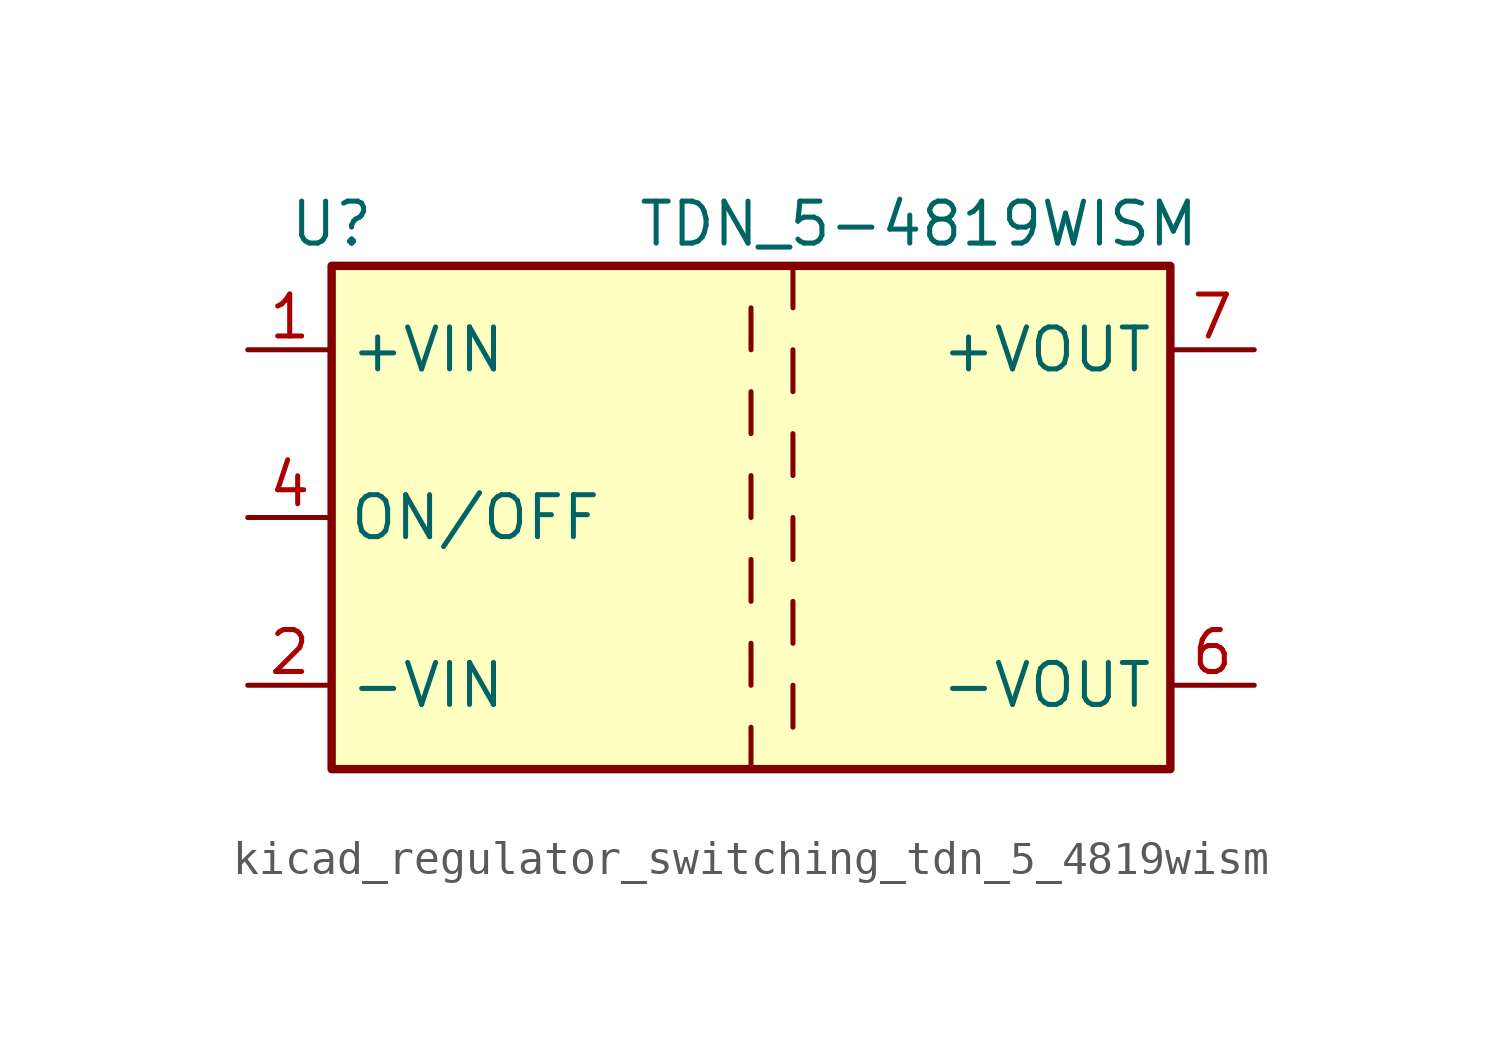
<source format=kicad_sym>
(kicad_symbol_lib
  (version 20220914)
  (generator kicad_symbol_editor)
  (symbol "kicad_regulator_switching_tdn_5_4819wism"
    (property "Reference" "U"
      (at -12.7 8.89 0)
      (effects (font (size 1.27 1.27))))
    (property "Value" "TDN_5-4819WISM"
      (at 5.08 8.89 0)
      (effects (font (size 1.27 1.27))))
    (symbol "kicad_regulator_switching_tdn_5_4819wism_0_1"
      (rectangle (start -12.7 7.62) (end 12.7 -7.62) (stroke (width 0.254) (type default)) (fill (type background))))
    (symbol "kicad_regulator_switching_tdn_5_4819wism_1_1"
      (polyline (pts (xy 0 -6.35) (xy 0 -7.62)) (stroke (width 0) (type default)) (fill (type none)))
      (polyline (pts (xy 0 -3.81) (xy 0 -5.08)) (stroke (width 0) (type default)) (fill (type none)))
      (polyline (pts (xy 0 -1.27) (xy 0 -2.54)) (stroke (width 0) (type default)) (fill (type none)))
      (polyline (pts (xy 0 1.27) (xy 0 0)) (stroke (width 0) (type default)) (fill (type none)))
      (polyline (pts (xy 0 3.81) (xy 0 2.54)) (stroke (width 0) (type default)) (fill (type none)))
      (polyline (pts (xy 0 6.35) (xy 0 5.08)) (stroke (width 0) (type default)) (fill (type none)))
      (polyline (pts (xy 1.27 -5.08) (xy 1.27 -6.35)) (stroke (width 0) (type default)) (fill (type none)))
      (polyline (pts (xy 1.27 -2.54) (xy 1.27 -3.81)) (stroke (width 0) (type default)) (fill (type none)))
      (polyline (pts (xy 1.27 0) (xy 1.27 -1.27)) (stroke (width 0) (type default)) (fill (type none)))
      (polyline (pts (xy 1.27 2.54) (xy 1.27 1.27)) (stroke (width 0) (type default)) (fill (type none)))
      (polyline (pts (xy 1.27 5.08) (xy 1.27 3.81)) (stroke (width 0) (type default)) (fill (type none)))
      (polyline (pts (xy 1.27 7.62) (xy 1.27 6.35)) (stroke (width 0) (type default)) (fill (type none)))
      (pin power_in line (at -15.24 5.08 0) (length 2.54) (name "+VIN" (effects (font (size 1.27 1.27)))) (number "1" (effects (font (size 1.27 1.27)))))
      (pin power_in line (at -15.24 -5.08 0) (length 2.54) (name "-VIN" (effects (font (size 1.27 1.27)))) (number "2" (effects (font (size 1.27 1.27)))))
      (pin input line (at -15.24 0 0) (length 2.54) (name "ON/OFF" (effects (font (size 1.27 1.27)))) (number "4" (effects (font (size 1.27 1.27)))))
      (pin no_connect line (at 12.7 2.54 180) (length 2.54) hide (name "NC" (effects (font (size 1.27 1.27)))) (number "5" (effects (font (size 1.27 1.27)))))
      (pin power_out line (at 15.24 -5.08 180) (length 2.54) (name "-VOUT" (effects (font (size 1.27 1.27)))) (number "6" (effects (font (size 1.27 1.27)))))
      (pin power_out line (at 15.24 5.08 180) (length 2.54) (name "+VOUT" (effects (font (size 1.27 1.27)))) (number "7" (effects (font (size 1.27 1.27))))))))
</source>
